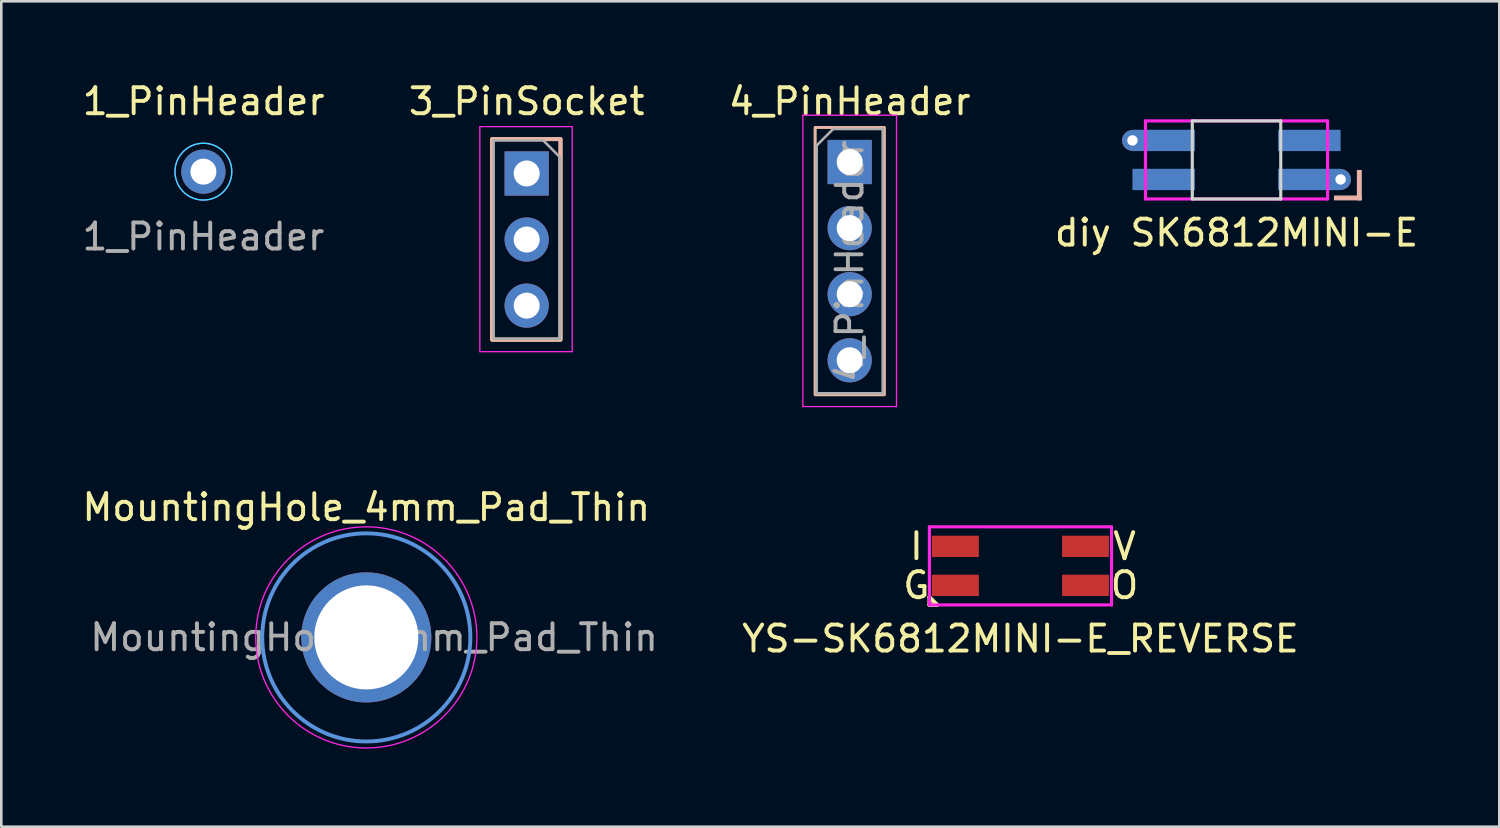
<source format=kicad_pcb>
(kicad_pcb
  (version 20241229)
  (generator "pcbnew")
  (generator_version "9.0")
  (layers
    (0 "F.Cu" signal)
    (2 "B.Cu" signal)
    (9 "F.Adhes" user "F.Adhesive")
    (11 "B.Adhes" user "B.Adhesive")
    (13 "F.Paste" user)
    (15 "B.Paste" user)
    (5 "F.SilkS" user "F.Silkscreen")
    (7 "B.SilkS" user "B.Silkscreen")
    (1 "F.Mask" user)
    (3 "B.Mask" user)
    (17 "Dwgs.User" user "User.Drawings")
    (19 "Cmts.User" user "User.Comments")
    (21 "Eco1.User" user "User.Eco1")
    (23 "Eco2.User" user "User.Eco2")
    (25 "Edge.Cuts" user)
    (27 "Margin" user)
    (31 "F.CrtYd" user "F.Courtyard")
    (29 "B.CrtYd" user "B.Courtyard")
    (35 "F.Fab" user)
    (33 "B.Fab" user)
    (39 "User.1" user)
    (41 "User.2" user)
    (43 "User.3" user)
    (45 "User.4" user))
  (footprint "diy SK6812MINI-E"
    (layer "F.Cu")
    (at 44.48 3.098)
    (property "Reference" "diy SK6812MINI-E" (at 0 2.8 0) (layer "F.SilkS") (effects (font (size 1 1) (thickness 0.15))))
    (attr through_hole)
    (fp_poly (pts (xy 3.77 1.53) (xy 4.79 1.53) (xy 4.79 1.39) (xy 3.77 1.39)) (stroke (width 0.05) (type solid)) (fill yes) (layer "B.SilkS"))
    (fp_poly (pts (xy 4.65 1.53) (xy 4.79 1.53) (xy 4.79 0.41) (xy 4.65 0.41)) (stroke (width 0.05) (type solid)) (fill yes) (layer "B.SilkS"))
    (fp_line (start -1.7 -1.5) (end -1.7 1.5) (stroke (width 0.12) (type solid)) (layer "Edge.Cuts"))
    (fp_line (start -1.7 1.5) (end 1.7 1.5) (stroke (width 0.12) (type solid)) (layer "Edge.Cuts"))
    (fp_line (start 1.7 -1.5) (end -1.7 -1.5) (stroke (width 0.12) (type solid)) (layer "Edge.Cuts"))
    (fp_line (start 1.7 1.5) (end 1.7 -1.5) (stroke (width 0.12) (type solid)) (layer "Edge.Cuts"))
    (fp_line (start -3.5 -1.5) (end -3.5 1.5) (stroke (width 0.12) (type solid)) (layer "F.CrtYd"))
    (fp_line (start -3.5 1.5) (end 3.5 1.5) (stroke (width 0.12) (type solid)) (layer "F.CrtYd"))
    (fp_line (start 3.5 -1.5) (end -3.5 -1.5) (stroke (width 0.12) (type solid)) (layer "F.CrtYd"))
    (fp_line (start 3.5 1.5) (end 3.5 -1.5) (stroke (width 0.12) (type solid)) (layer "F.CrtYd"))
    (fp_text user "Bottom Side" (at 0 -2.25 0) (layer "Eco1.User") (effects (font (size 1 1) (thickness 0.15))))
    (fp_text user "Up Side" (at 0 -2.25 0) (layer "Eco1.User") (effects (font (size 1 1) (thickness 0.15)) (justify mirror)))
    (pad "1" thru_hole circle (at -4 -0.75) (size 0.8 0.8) (drill 0.4) (layers "*.Cu" "*.Mask"))
    (pad "1" smd rect (at -2.8 -0.75) (size 2.4 0.82) (layers "B.Cu" "B.Mask" "B.Paste"))
    (pad "2" smd rect (at -2.8 0.75) (size 2.4 0.82) (layers "B.Cu" "B.Mask" "B.Paste"))
    (pad "3" smd rect (at 2.8 0.75) (size 2.4 0.82) (layers "B.Cu" "B.Mask" "B.Paste"))
    (pad "3" thru_hole circle (at 4 0.75) (size 0.8 0.8) (drill 0.4) (layers "*.Cu" "*.Mask"))
    (pad "4" smd rect (at 2.8 -0.75) (size 2.4 0.82) (layers "B.Cu" "B.Mask" "B.Paste")))
  (footprint "1_PinHeader"
    (layer "F.Cu")
    (at 4.768 3.548)
    (property "Reference" "1_PinHeader" (at 0.01 -2.7 0) (unlocked yes) (layer "F.SilkS") (effects (font (size 1 1) (thickness 0.15))))
    (attr through_hole)
    (fp_circle (center 0 0) (end 1.092 0.025) (stroke (width 0.05) (type solid)) (fill no) (layer "B.CrtYd"))
    (fp_circle (center 0 0) (end 1.092 0) (stroke (width 0.05) (type solid)) (fill no) (layer "F.CrtYd"))
    (fp_text user "${REFERENCE}" (at 0 2.5 0) (unlocked yes) (layer "F.Fab") (effects (font (size 1 1) (thickness 0.15))))
    (pad "1" thru_hole oval (at 0 0) (size 1.7 1.7) (drill 1) (layers "*.Cu" "*.Mask")))
  (footprint "YS-SK6812MINI-E_REVERSE"
    (layer "F.Cu")
    (at 36.175 18.701)
    (property "Reference" "YS-SK6812MINI-E_REVERSE" (at 0 2.8 0) (layer "F.SilkS") (effects (font (size 1 1) (thickness 0.15))))
    (attr through_hole)
    (fp_line (start -3.5 1.2) (end -3.2 1.5) (stroke (width 0.15) (type solid)) (layer "F.SilkS"))
    (fp_line (start -3.5 1.5) (end -3.5 1.2) (stroke (width 0.15) (type solid)) (layer "F.SilkS"))
    (fp_line (start -3.2 1.5) (end -3.5 1.5) (stroke (width 0.15) (type solid)) (layer "F.SilkS"))
    (fp_line (start -1.7 -1.5) (end -1.7 1.5) (stroke (width 0.12) (type solid)) (layer "Eco1.User"))
    (fp_line (start -1.7 1.5) (end 1.7 1.5) (stroke (width 0.12) (type solid)) (layer "Eco1.User"))
    (fp_line (start 1.7 -1.5) (end -1.7 -1.5) (stroke (width 0.12) (type solid)) (layer "Eco1.User"))
    (fp_line (start 1.7 1.5) (end 1.7 -1.5) (stroke (width 0.12) (type solid)) (layer "Eco1.User"))
    (fp_line (start -3.5 -1.5) (end -3.5 1.5) (stroke (width 0.12) (type solid)) (layer "F.CrtYd"))
    (fp_line (start -3.5 1.5) (end 3.5 1.5) (stroke (width 0.12) (type solid)) (layer "F.CrtYd"))
    (fp_line (start 3.5 -1.5) (end -3.5 -1.5) (stroke (width 0.12) (type solid)) (layer "F.CrtYd"))
    (fp_line (start 3.5 1.5) (end 3.5 -1.5) (stroke (width 0.12) (type solid)) (layer "F.CrtYd"))
    (fp_text user "I" (at -4 -0.75 0) (layer "F.SilkS") (effects (font (size 1 1) (thickness 0.15))))
    (fp_text user "V" (at 4 -0.75 0) (layer "F.SilkS") (effects (font (size 1 1) (thickness 0.15))))
    (fp_text user "G" (at -4 0.75 0) (layer "F.SilkS") (effects (font (size 1 1) (thickness 0.15))))
    (fp_text user "O" (at 4 0.75 0) (layer "F.SilkS") (effects (font (size 1 1) (thickness 0.15))))
    (fp_text user "Bottom Side" (at 0 -2.25 0) (layer "Eco1.User") (effects (font (size 1 1) (thickness 0.15))))
    (fp_text user "Up Side" (at 0 -2.25 0) (layer "Eco1.User") (effects (font (size 1 1) (thickness 0.15)) (justify mirror)))
    (pad "1" smd rect (at 2.5 -0.75) (size 1.8 0.82) (layers "F.Cu" "F.Mask" "F.Paste"))
    (pad "2" smd rect (at 2.5 0.75) (size 1.8 0.82) (layers "F.Cu" "F.Mask" "F.Paste"))
    (pad "3" smd rect (at -2.5 0.75) (size 1.8 0.82) (layers "F.Cu" "F.Mask" "F.Paste"))
    (pad "4" smd rect (at -2.5 -0.75) (size 1.8 0.82) (layers "F.Cu" "F.Mask" "F.Paste")))
  (footprint "4_PinHeader"
    (layer "F.Cu")
    (at 29.611 3.178)
    (property "Reference" "4_PinHeader" (at 0 -2.33 0) (layer "F.SilkS") (effects (font (size 1 1) (thickness 0.15))))
    (attr through_hole)
    (fp_rect (start -1.33 -1.33) (end 1.33 8.95) (stroke (width 0.1) (type solid)) (fill no) (layer "F.SilkS"))
    (fp_rect (start -1.33 -1.33) (end 1.33 8.95) (stroke (width 0.1) (type solid)) (fill no) (layer "B.SilkS"))
    (fp_line (start -1.8 -1.8) (end -1.8 9.4) (stroke (width 0.05) (type solid)) (layer "F.CrtYd"))
    (fp_line (start -1.8 9.4) (end 1.8 9.4) (stroke (width 0.05) (type solid)) (layer "F.CrtYd"))
    (fp_line (start 1.8 -1.8) (end -1.8 -1.8) (stroke (width 0.05) (type solid)) (layer "F.CrtYd"))
    (fp_line (start 1.8 9.4) (end 1.8 -1.8) (stroke (width 0.05) (type solid)) (layer "F.CrtYd"))
    (fp_line (start -1.27 -0.635) (end -0.635 -1.27) (stroke (width 0.1) (type solid)) (layer "F.Fab"))
    (fp_line (start -1.27 8.89) (end -1.27 -0.635) (stroke (width 0.1) (type solid)) (layer "F.Fab"))
    (fp_line (start -0.635 -1.27) (end 1.27 -1.27) (stroke (width 0.1) (type solid)) (layer "F.Fab"))
    (fp_line (start 1.27 -1.27) (end 1.27 8.89) (stroke (width 0.1) (type solid)) (layer "F.Fab"))
    (fp_line (start 1.27 8.89) (end -1.27 8.89) (stroke (width 0.1) (type solid)) (layer "F.Fab"))
    (fp_text user "${REFERENCE}" (at 0 3.81 90) (layer "F.Fab") (effects (font (size 1 1) (thickness 0.15))))
    (pad "1" thru_hole rect (at 0 0) (size 1.7 1.7) (drill 1) (layers "*.Cu" "*.Mask"))
    (pad "2" thru_hole oval (at 0 2.54) (size 1.7 1.7) (drill 1) (layers "*.Cu" "*.Mask"))
    (pad "3" thru_hole oval (at 0 5.08) (size 1.7 1.7) (drill 1) (layers "*.Cu" "*.Mask"))
    (pad "4" thru_hole oval (at 0 7.62) (size 1.7 1.7) (drill 1) (layers "*.Cu" "*.Mask")))
  (footprint "MountingHole_4mm_Pad_Thin"
    (layer "F.Cu")
    (at 11.03 21.451)
    (property "Reference" "MountingHole_4mm_Pad_Thin" (at 0 -5 0) (layer "F.SilkS") (effects (font (size 1 1) (thickness 0.15))))
    (attr exclude_from_pos_files)
    (fp_circle (center 0 0) (end 4 0) (stroke (width 0.15) (type solid)) (fill no) (layer "Cmts.User"))
    (fp_circle (center 0 0) (end 4.25 0) (stroke (width 0.05) (type solid)) (fill no) (layer "F.CrtYd"))
    (fp_text user "${REFERENCE}" (at 0.3 0 0) (layer "F.Fab") (effects (font (size 1 1) (thickness 0.15))))
    (pad "1" thru_hole circle (at 0 0) (size 5 5) (drill 4) (layers "*.Cu" "*.Mask")))
  (footprint "3_PinSocket"
    (layer "F.Cu")
    (at 17.195 3.618)
    (property "Reference" "3_PinSocket" (at 0 -2.77 0) (layer "F.SilkS") (effects (font (size 1 1) (thickness 0.15))))
    (attr through_hole)
    (fp_rect (start -1.33 -1.32) (end 1.3 6.39) (stroke (width 0.15) (type solid)) (fill no) (layer "F.SilkS"))
    (fp_rect (start -1.33 -1.32) (end 1.3 6.39) (stroke (width 0.15) (type solid)) (fill no) (layer "B.SilkS"))
    (fp_line (start -1.8 -1.8) (end 1.75 -1.8) (stroke (width 0.05) (type solid)) (layer "F.CrtYd"))
    (fp_line (start -1.8 6.85) (end -1.8 -1.8) (stroke (width 0.05) (type solid)) (layer "F.CrtYd"))
    (fp_line (start 1.75 -1.8) (end 1.75 6.85) (stroke (width 0.05) (type solid)) (layer "F.CrtYd"))
    (fp_line (start 1.75 6.85) (end -1.8 6.85) (stroke (width 0.05) (type solid)) (layer "F.CrtYd"))
    (fp_line (start -1.27 -1.27) (end 0.635 -1.27) (stroke (width 0.1) (type solid)) (layer "F.Fab"))
    (fp_line (start -1.27 6.35) (end -1.27 -1.27) (stroke (width 0.1) (type solid)) (layer "F.Fab"))
    (fp_line (start 0.635 -1.27) (end 1.27 -0.635) (stroke (width 0.1) (type solid)) (layer "F.Fab"))
    (fp_line (start 1.27 -0.635) (end 1.27 6.35) (stroke (width 0.1) (type solid)) (layer "F.Fab"))
    (fp_line (start 1.27 6.35) (end -1.27 6.35) (stroke (width 0.1) (type solid)) (layer "F.Fab"))
    (pad "1" thru_hole rect (at 0 0) (size 1.7 1.7) (drill 1) (layers "*.Cu" "*.Mask"))
    (pad "2" thru_hole oval (at 0 2.54) (size 1.7 1.7) (drill 1) (layers "*.Cu" "*.Mask"))
    (pad "3" thru_hole oval (at 0 5.08) (size 1.7 1.7) (drill 1) (layers "*.Cu" "*.Mask")))
  (gr_rect
    (start -3 -3)
    (end 54.581 28.727)
    (stroke (width 0.1) (type default))
    (fill no)
    (layer "Edge.Cuts")))
</source>
